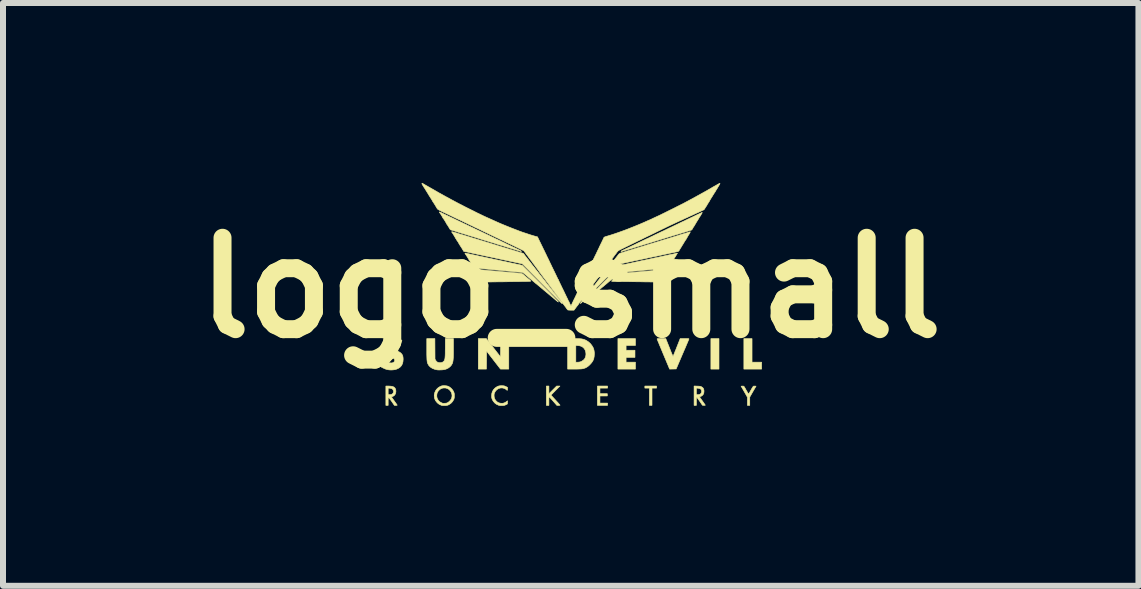
<source format=kicad_pcb>
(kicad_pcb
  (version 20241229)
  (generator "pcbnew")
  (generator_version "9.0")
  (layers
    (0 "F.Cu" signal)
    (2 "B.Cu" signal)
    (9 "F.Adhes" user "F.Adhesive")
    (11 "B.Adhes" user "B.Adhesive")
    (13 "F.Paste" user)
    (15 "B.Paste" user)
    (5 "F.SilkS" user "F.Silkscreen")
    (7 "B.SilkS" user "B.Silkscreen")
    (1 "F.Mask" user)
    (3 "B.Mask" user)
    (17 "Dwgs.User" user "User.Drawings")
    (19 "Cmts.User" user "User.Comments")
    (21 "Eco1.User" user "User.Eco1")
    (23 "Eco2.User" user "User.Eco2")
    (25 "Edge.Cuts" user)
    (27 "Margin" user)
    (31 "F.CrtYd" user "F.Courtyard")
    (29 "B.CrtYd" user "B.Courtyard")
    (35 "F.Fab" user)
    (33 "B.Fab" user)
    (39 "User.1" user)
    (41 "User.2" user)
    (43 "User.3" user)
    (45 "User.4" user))
  (footprint "logo_small"
    (layer "F.Cu")
    (at 6.466 1.749)
    (property "Reference" "logo_small" (at 0 0 0) (layer "F.SilkS") (effects (font (size 1.524 1.524) (thickness 0.3))))
    (attr through_hole)
    (fp_poly (pts (xy 2.472 1.355) (xy 2.337 1.355) (xy 2.337 0.847) (xy 2.472 0.847) (xy 2.472 1.355)) (stroke (width 0.01) (type solid)) (fill yes) (layer "F.SilkS"))
    (fp_poly (pts (xy 3.023 1.24) (xy 3.183 1.24) (xy 3.183 1.355) (xy 2.887 1.355) (xy 2.887 0.847) (xy 3.023 0.847) (xy 3.023 1.24)) (stroke (width 0.01) (type solid)) (fill yes) (layer "F.SilkS"))
    (fp_poly (pts (xy 1.431 1.672) (xy 1.355 1.672) (xy 1.355 1.96) (xy 1.312 1.96) (xy 1.312 1.672) (xy 1.236 1.672) (xy 1.236 1.638) (xy 1.431 1.638) (xy 1.431 1.672)) (stroke (width 0.01) (type solid)) (fill yes) (layer "F.SilkS"))
    (fp_poly (pts (xy 0.614 1.672) (xy 0.487 1.672) (xy 0.487 1.765) (xy 0.61 1.765) (xy 0.61 1.803) (xy 0.487 1.803) (xy 0.487 1.922) (xy 0.614 1.922) (xy 0.614 1.96) (xy 0.445 1.96) (xy 0.445 1.638) (xy 0.614 1.638) (xy 0.614 1.672)) (stroke (width 0.01) (type solid)) (fill yes) (layer "F.SilkS"))
    (fp_poly (pts (xy 1.079 0.961) (xy 0.923 0.961) (xy 0.923 1.041) (xy 1.071 1.041) (xy 1.071 1.16) (xy 0.923 1.16) (xy 0.923 1.24) (xy 1.079 1.24) (xy 1.079 1.355) (xy 0.787 1.355) (xy 0.787 0.847) (xy 1.079 0.847) (xy 1.079 0.961)) (stroke (width 0.01) (type solid)) (fill yes) (layer "F.SilkS"))
    (fp_poly (pts (xy -1.289 0.999) (xy -1.171 1.151) (xy -1.169 0.999) (xy -1.168 0.847) (xy -1.033 0.847) (xy -1.033 1.355) (xy -1.171 1.355) (xy -1.287 1.205) (xy -1.403 1.055) (xy -1.404 1.205) (xy -1.406 1.355) (xy -1.541 1.355) (xy -1.541 0.847) (xy -1.407 0.847) (xy -1.289 0.999)) (stroke (width 0.01) (type solid)) (fill yes) (layer "F.SilkS"))
    (fp_poly (pts (xy -0.364 1.767) (xy -0.235 1.638) (xy -0.18 1.638) (xy -0.255 1.713) (xy -0.329 1.789) (xy -0.254 1.871) (xy -0.234 1.893) (xy -0.215 1.913) (xy -0.2 1.931) (xy -0.188 1.944) (xy -0.181 1.953) (xy -0.178 1.957) (xy -0.182 1.958) (xy -0.192 1.96) (xy -0.204 1.96) (xy -0.231 1.96) (xy -0.294 1.888) (xy -0.313 1.867) (xy -0.329 1.849) (xy -0.343 1.834) (xy -0.354 1.823) (xy -0.36 1.817) (xy -0.361 1.816) (xy -0.362 1.82) (xy -0.363 1.831) (xy -0.364 1.848) (xy -0.364 1.869) (xy -0.364 1.888) (xy -0.364 1.96) (xy -0.406 1.96) (xy -0.406 1.638) (xy -0.364 1.638) (xy -0.364 1.767)) (stroke (width 0.01) (type solid)) (fill yes) (layer "F.SilkS"))
    (fp_poly (pts (xy 2.877 1.639) (xy 2.883 1.64) (xy 2.888 1.644) (xy 2.894 1.651) (xy 2.901 1.663) (xy 2.911 1.679) (xy 2.923 1.702) (xy 2.93 1.713) (xy 2.943 1.736) (xy 2.952 1.752) (xy 2.959 1.762) (xy 2.964 1.767) (xy 2.967 1.769) (xy 2.969 1.767) (xy 2.97 1.767) (xy 2.973 1.76) (xy 2.98 1.748) (xy 2.99 1.732) (xy 3.001 1.712) (xy 3.008 1.7) (xy 3.019 1.68) (xy 3.03 1.663) (xy 3.038 1.65) (xy 3.044 1.641) (xy 3.046 1.64) (xy 3.053 1.639) (xy 3.065 1.639) (xy 3.071 1.639) (xy 3.09 1.64) (xy 3.037 1.731) (xy 2.985 1.822) (xy 2.985 1.891) (xy 2.985 1.96) (xy 2.946 1.96) (xy 2.946 1.824) (xy 2.894 1.732) (xy 2.841 1.64) (xy 2.863 1.639) (xy 2.871 1.639) (xy 2.877 1.639)) (stroke (width 0.01) (type solid)) (fill yes) (layer "F.SilkS"))
    (fp_poly (pts (xy 1.926 0.847) (xy 1.945 0.847) (xy 1.958 0.848) (xy 1.966 0.848) (xy 1.97 0.85) (xy 1.971 0.852) (xy 1.971 0.854) (xy 1.969 0.859) (xy 1.964 0.871) (xy 1.956 0.89) (xy 1.946 0.914) (xy 1.933 0.944) (xy 1.919 0.978) (xy 1.903 1.015) (xy 1.885 1.056) (xy 1.867 1.098) (xy 1.863 1.107) (xy 1.758 1.353) (xy 1.649 1.355) (xy 1.545 1.107) (xy 1.527 1.064) (xy 1.51 1.023) (xy 1.494 0.984) (xy 1.479 0.95) (xy 1.467 0.919) (xy 1.456 0.894) (xy 1.448 0.874) (xy 1.443 0.86) (xy 1.44 0.854) (xy 1.44 0.853) (xy 1.441 0.851) (xy 1.444 0.849) (xy 1.451 0.848) (xy 1.463 0.847) (xy 1.481 0.847) (xy 1.507 0.847) (xy 1.512 0.847) (xy 1.585 0.847) (xy 1.645 0.997) (xy 1.658 1.03) (xy 1.67 1.061) (xy 1.681 1.088) (xy 1.691 1.111) (xy 1.698 1.128) (xy 1.704 1.139) (xy 1.706 1.144) (xy 1.706 1.144) (xy 1.708 1.139) (xy 1.713 1.128) (xy 1.72 1.11) (xy 1.73 1.088) (xy 1.74 1.06) (xy 1.753 1.03) (xy 1.766 0.997) (xy 1.767 0.994) (xy 1.825 0.847) (xy 1.899 0.847) (xy 1.926 0.847)) (stroke (width 0.01) (type solid)) (fill yes) (layer "F.SilkS"))
    (fp_poly (pts (xy 2.109 1.639) (xy 2.132 1.64) (xy 2.149 1.641) (xy 2.161 1.643) (xy 2.171 1.646) (xy 2.181 1.651) (xy 2.182 1.651) (xy 2.202 1.665) (xy 2.215 1.684) (xy 2.221 1.708) (xy 2.222 1.725) (xy 2.219 1.754) (xy 2.209 1.778) (xy 2.193 1.796) (xy 2.17 1.81) (xy 2.166 1.811) (xy 2.147 1.818) (xy 2.195 1.886) (xy 2.21 1.907) (xy 2.223 1.926) (xy 2.234 1.941) (xy 2.241 1.952) (xy 2.244 1.957) (xy 2.244 1.957) (xy 2.24 1.959) (xy 2.23 1.959) (xy 2.22 1.959) (xy 2.196 1.958) (xy 2.149 1.889) (xy 2.134 1.868) (xy 2.121 1.85) (xy 2.11 1.835) (xy 2.103 1.825) (xy 2.099 1.821) (xy 2.099 1.82) (xy 2.098 1.824) (xy 2.097 1.835) (xy 2.096 1.852) (xy 2.096 1.873) (xy 2.095 1.89) (xy 2.095 1.96) (xy 2.057 1.96) (xy 2.057 1.782) (xy 2.095 1.782) (xy 2.118 1.782) (xy 2.135 1.781) (xy 2.151 1.776) (xy 2.155 1.775) (xy 2.17 1.763) (xy 2.18 1.746) (xy 2.183 1.726) (xy 2.182 1.722) (xy 2.178 1.703) (xy 2.17 1.691) (xy 2.156 1.682) (xy 2.137 1.676) (xy 2.121 1.674) (xy 2.095 1.671) (xy 2.095 1.782) (xy 2.057 1.782) (xy 2.057 1.637) (xy 2.109 1.639)) (stroke (width 0.01) (type solid)) (fill yes) (layer "F.SilkS"))
    (fp_poly (pts (xy 0.056 0.847) (xy 0.096 0.847) (xy 0.129 0.848) (xy 0.157 0.849) (xy 0.179 0.851) (xy 0.199 0.855) (xy 0.216 0.859) (xy 0.233 0.865) (xy 0.25 0.873) (xy 0.257 0.876) (xy 0.293 0.899) (xy 0.326 0.928) (xy 0.353 0.962) (xy 0.375 0.999) (xy 0.387 1.035) (xy 0.39 1.052) (xy 0.393 1.074) (xy 0.394 1.097) (xy 0.394 1.102) (xy 0.391 1.145) (xy 0.384 1.182) (xy 0.37 1.216) (xy 0.349 1.248) (xy 0.321 1.279) (xy 0.32 1.281) (xy 0.292 1.306) (xy 0.266 1.324) (xy 0.258 1.328) (xy 0.243 1.336) (xy 0.228 1.341) (xy 0.214 1.346) (xy 0.199 1.349) (xy 0.181 1.352) (xy 0.159 1.353) (xy 0.132 1.354) (xy 0.099 1.355) (xy 0.065 1.355) (xy -0.051 1.355) (xy -0.051 1.241) (xy 0.085 1.241) (xy 0.121 1.24) (xy 0.141 1.238) (xy 0.157 1.235) (xy 0.171 1.23) (xy 0.185 1.223) (xy 0.212 1.205) (xy 0.233 1.182) (xy 0.246 1.155) (xy 0.253 1.122) (xy 0.254 1.103) (xy 0.25 1.068) (xy 0.24 1.037) (xy 0.223 1.01) (xy 0.2 0.989) (xy 0.196 0.986) (xy 0.18 0.977) (xy 0.164 0.971) (xy 0.145 0.966) (xy 0.121 0.963) (xy 0.115 0.963) (xy 0.085 0.96) (xy 0.085 1.241) (xy -0.051 1.241) (xy -0.051 0.847) (xy 0.056 0.847)) (stroke (width 0.01) (type solid)) (fill yes) (layer "F.SilkS"))
    (fp_poly (pts (xy -2.264 1.017) (xy -2.263 1.188) (xy -2.252 1.208) (xy -2.238 1.228) (xy -2.219 1.241) (xy -2.195 1.248) (xy -2.178 1.249) (xy -2.158 1.247) (xy -2.142 1.242) (xy -2.136 1.239) (xy -2.126 1.233) (xy -2.118 1.226) (xy -2.111 1.217) (xy -2.105 1.207) (xy -2.101 1.193) (xy -2.097 1.176) (xy -2.095 1.154) (xy -2.093 1.126) (xy -2.092 1.093) (xy -2.092 1.053) (xy -2.091 1.005) (xy -2.091 0.998) (xy -2.091 0.847) (xy -1.956 0.847) (xy -1.956 1.004) (xy -1.956 1.055) (xy -1.956 1.099) (xy -1.957 1.135) (xy -1.958 1.166) (xy -1.96 1.191) (xy -1.962 1.212) (xy -1.965 1.229) (xy -1.968 1.244) (xy -1.972 1.257) (xy -1.973 1.259) (xy -1.988 1.287) (xy -2.009 1.312) (xy -2.036 1.334) (xy -2.068 1.351) (xy -2.097 1.361) (xy -2.118 1.365) (xy -2.144 1.368) (xy -2.172 1.369) (xy -2.199 1.37) (xy -2.222 1.368) (xy -2.227 1.368) (xy -2.269 1.358) (xy -2.307 1.343) (xy -2.338 1.323) (xy -2.364 1.298) (xy -2.382 1.268) (xy -2.383 1.265) (xy -2.387 1.255) (xy -2.391 1.244) (xy -2.393 1.231) (xy -2.395 1.216) (xy -2.397 1.197) (xy -2.398 1.173) (xy -2.399 1.145) (xy -2.4 1.111) (xy -2.4 1.069) (xy -2.4 1.021) (xy -2.4 1.019) (xy -2.4 0.847) (xy -2.265 0.847) (xy -2.264 1.017)) (stroke (width 0.01) (type solid)) (fill yes) (layer "F.SilkS"))
    (fp_poly (pts (xy -3 1.64) (xy -2.971 1.645) (xy -2.949 1.654) (xy -2.933 1.668) (xy -2.922 1.685) (xy -2.917 1.702) (xy -2.915 1.73) (xy -2.919 1.756) (xy -2.929 1.779) (xy -2.945 1.798) (xy -2.966 1.81) (xy -2.977 1.814) (xy -2.985 1.817) (xy -2.989 1.819) (xy -2.986 1.823) (xy -2.98 1.833) (xy -2.97 1.847) (xy -2.957 1.865) (xy -2.943 1.885) (xy -2.943 1.885) (xy -2.928 1.906) (xy -2.915 1.924) (xy -2.905 1.939) (xy -2.897 1.95) (xy -2.894 1.955) (xy -2.894 1.958) (xy -2.901 1.959) (xy -2.914 1.96) (xy -2.916 1.96) (xy -2.94 1.96) (xy -2.988 1.89) (xy -3.003 1.869) (xy -3.017 1.85) (xy -3.028 1.835) (xy -3.036 1.825) (xy -3.04 1.82) (xy -3.04 1.82) (xy -3.041 1.824) (xy -3.042 1.835) (xy -3.043 1.852) (xy -3.044 1.873) (xy -3.044 1.89) (xy -3.044 1.96) (xy -3.082 1.96) (xy -3.082 1.782) (xy -3.044 1.782) (xy -3.023 1.782) (xy -3.006 1.781) (xy -2.989 1.777) (xy -2.984 1.775) (xy -2.969 1.765) (xy -2.959 1.751) (xy -2.954 1.734) (xy -2.956 1.717) (xy -2.963 1.7) (xy -2.974 1.687) (xy -2.991 1.678) (xy -2.993 1.678) (xy -3.009 1.675) (xy -3.025 1.673) (xy -3.028 1.673) (xy -3.044 1.672) (xy -3.044 1.782) (xy -3.082 1.782) (xy -3.082 1.638) (xy -3.035 1.638) (xy -3 1.64)) (stroke (width 0.01) (type solid)) (fill yes) (layer "F.SilkS"))
    (fp_poly (pts (xy -1.129 1.633) (xy -1.115 1.634) (xy -1.103 1.637) (xy -1.09 1.643) (xy -1.082 1.646) (xy -1.054 1.66) (xy -1.054 1.685) (xy -1.055 1.701) (xy -1.057 1.708) (xy -1.061 1.709) (xy -1.068 1.703) (xy -1.069 1.701) (xy -1.084 1.69) (xy -1.104 1.679) (xy -1.127 1.672) (xy -1.145 1.669) (xy -1.175 1.671) (xy -1.204 1.68) (xy -1.23 1.697) (xy -1.252 1.719) (xy -1.268 1.746) (xy -1.269 1.747) (xy -1.274 1.761) (xy -1.277 1.773) (xy -1.278 1.787) (xy -1.278 1.803) (xy -1.275 1.829) (xy -1.268 1.85) (xy -1.257 1.869) (xy -1.246 1.883) (xy -1.224 1.904) (xy -1.201 1.917) (xy -1.173 1.924) (xy -1.162 1.925) (xy -1.133 1.925) (xy -1.109 1.919) (xy -1.085 1.907) (xy -1.073 1.898) (xy -1.054 1.884) (xy -1.055 1.91) (xy -1.056 1.937) (xy -1.081 1.949) (xy -1.095 1.956) (xy -1.107 1.96) (xy -1.122 1.962) (xy -1.141 1.963) (xy -1.144 1.963) (xy -1.169 1.963) (xy -1.189 1.961) (xy -1.2 1.959) (xy -1.236 1.943) (xy -1.267 1.92) (xy -1.291 1.892) (xy -1.306 1.867) (xy -1.312 1.852) (xy -1.316 1.839) (xy -1.318 1.826) (xy -1.319 1.808) (xy -1.319 1.801) (xy -1.316 1.763) (xy -1.306 1.73) (xy -1.289 1.7) (xy -1.265 1.674) (xy -1.251 1.663) (xy -1.228 1.648) (xy -1.205 1.638) (xy -1.179 1.633) (xy -1.149 1.632) (xy -1.129 1.633)) (stroke (width 0.01) (type solid)) (fill yes) (layer "F.SilkS"))
    (fp_poly (pts (xy -1.574 -0.308) (xy -1.563 -0.306) (xy -1.545 -0.305) (xy -1.524 -0.303) (xy -1.501 -0.301) (xy -1.499 -0.301) (xy -1.473 -0.299) (xy -1.446 -0.296) (xy -1.422 -0.294) (xy -1.403 -0.292) (xy -1.383 -0.29) (xy -1.358 -0.287) (xy -1.331 -0.285) (xy -1.312 -0.284) (xy -1.277 -0.281) (xy -1.234 -0.277) (xy -1.185 -0.273) (xy -1.131 -0.268) (xy -1.073 -0.263) (xy -1.046 -0.261) (xy -1.016 -0.258) (xy -0.982 -0.255) (xy -0.946 -0.252) (xy -0.912 -0.249) (xy -0.899 -0.248) (xy -0.873 -0.245) (xy -0.851 -0.243) (xy -0.832 -0.241) (xy -0.819 -0.239) (xy -0.813 -0.238) (xy -0.81 -0.236) (xy -0.805 -0.233) (xy -0.798 -0.228) (xy -0.787 -0.219) (xy -0.773 -0.207) (xy -0.754 -0.191) (xy -0.741 -0.18) (xy -0.728 -0.169) (xy -0.712 -0.155) (xy -0.695 -0.141) (xy -0.693 -0.14) (xy -0.68 -0.129) (xy -0.67 -0.119) (xy -0.665 -0.113) (xy -0.665 -0.112) (xy -0.668 -0.111) (xy -0.678 -0.109) (xy -0.695 -0.108) (xy -0.719 -0.107) (xy -0.75 -0.106) (xy -0.789 -0.106) (xy -0.837 -0.105) (xy -0.863 -0.104) (xy -0.912 -0.104) (xy -0.968 -0.103) (xy -1.028 -0.102) (xy -1.089 -0.101) (xy -1.15 -0.1) (xy -1.207 -0.1) (xy -1.258 -0.099) (xy -1.262 -0.099) (xy -1.463 -0.096) (xy -1.471 -0.106) (xy -1.476 -0.114) (xy -1.485 -0.128) (xy -1.494 -0.143) (xy -1.498 -0.148) (xy -1.507 -0.163) (xy -1.515 -0.174) (xy -1.52 -0.18) (xy -1.521 -0.181) (xy -1.524 -0.186) (xy -1.524 -0.187) (xy -1.526 -0.192) (xy -1.532 -0.202) (xy -1.541 -0.217) (xy -1.552 -0.235) (xy -1.558 -0.245) (xy -1.57 -0.265) (xy -1.58 -0.282) (xy -1.587 -0.295) (xy -1.591 -0.303) (xy -1.592 -0.305) (xy -1.589 -0.308) (xy -1.579 -0.308) (xy -1.574 -0.308)) (stroke (width 0.01) (type solid)) (fill yes) (layer "F.SilkS"))
    (fp_poly (pts (xy -2.085 1.633) (xy -2.068 1.635) (xy -2.052 1.639) (xy -2.043 1.642) (xy -2.017 1.656) (xy -1.992 1.677) (xy -1.97 1.702) (xy -1.955 1.726) (xy -1.949 1.74) (xy -1.945 1.751) (xy -1.942 1.762) (xy -1.941 1.776) (xy -1.941 1.795) (xy -1.941 1.799) (xy -1.941 1.82) (xy -1.942 1.835) (xy -1.945 1.847) (xy -1.948 1.858) (xy -1.954 1.869) (xy -1.971 1.897) (xy -1.994 1.922) (xy -2.021 1.942) (xy -2.034 1.949) (xy -2.048 1.956) (xy -2.061 1.959) (xy -2.077 1.962) (xy -2.097 1.963) (xy -2.1 1.963) (xy -2.127 1.963) (xy -2.149 1.961) (xy -2.158 1.958) (xy -2.192 1.943) (xy -2.222 1.92) (xy -2.232 1.909) (xy -2.254 1.881) (xy -2.268 1.85) (xy -2.275 1.817) (xy -2.275 1.79) (xy -2.234 1.79) (xy -2.232 1.822) (xy -2.223 1.852) (xy -2.206 1.879) (xy -2.183 1.901) (xy -2.162 1.913) (xy -2.148 1.92) (xy -2.137 1.924) (xy -2.125 1.926) (xy -2.11 1.926) (xy -2.101 1.925) (xy -2.081 1.924) (xy -2.067 1.921) (xy -2.054 1.916) (xy -2.048 1.912) (xy -2.025 1.895) (xy -2.004 1.872) (xy -1.989 1.848) (xy -1.988 1.846) (xy -1.981 1.82) (xy -1.979 1.792) (xy -1.984 1.763) (xy -1.991 1.743) (xy -2.009 1.715) (xy -2.032 1.693) (xy -2.059 1.678) (xy -2.089 1.67) (xy -2.121 1.67) (xy -2.144 1.674) (xy -2.167 1.684) (xy -2.189 1.7) (xy -2.208 1.72) (xy -2.222 1.742) (xy -2.228 1.757) (xy -2.234 1.79) (xy -2.275 1.79) (xy -2.275 1.783) (xy -2.268 1.75) (xy -2.255 1.719) (xy -2.236 1.691) (xy -2.211 1.667) (xy -2.18 1.647) (xy -2.177 1.646) (xy -2.162 1.639) (xy -2.15 1.635) (xy -2.138 1.633) (xy -2.121 1.632) (xy -2.108 1.632) (xy -2.085 1.633)) (stroke (width 0.01) (type solid)) (fill yes) (layer "F.SilkS"))
    (fp_poly (pts (xy 1.61 -0.308) (xy 1.611 -0.308) (xy 1.61 -0.304) (xy 1.605 -0.294) (xy 1.597 -0.28) (xy 1.587 -0.263) (xy 1.586 -0.261) (xy 1.575 -0.244) (xy 1.566 -0.229) (xy 1.56 -0.218) (xy 1.558 -0.212) (xy 1.558 -0.212) (xy 1.555 -0.208) (xy 1.554 -0.207) (xy 1.55 -0.204) (xy 1.549 -0.203) (xy 1.547 -0.197) (xy 1.541 -0.187) (xy 1.537 -0.181) (xy 1.529 -0.169) (xy 1.519 -0.152) (xy 1.508 -0.135) (xy 1.505 -0.13) (xy 1.485 -0.097) (xy 1.362 -0.098) (xy 1.328 -0.098) (xy 1.288 -0.099) (xy 1.243 -0.099) (xy 1.196 -0.1) (xy 1.148 -0.101) (xy 1.101 -0.101) (xy 1.065 -0.102) (xy 1.022 -0.102) (xy 0.977 -0.103) (xy 0.932 -0.104) (xy 0.888 -0.104) (xy 0.848 -0.105) (xy 0.813 -0.105) (xy 0.786 -0.105) (xy 0.753 -0.105) (xy 0.728 -0.106) (xy 0.709 -0.106) (xy 0.696 -0.107) (xy 0.688 -0.108) (xy 0.683 -0.11) (xy 0.682 -0.112) (xy 0.682 -0.112) (xy 0.684 -0.118) (xy 0.685 -0.119) (xy 0.69 -0.121) (xy 0.7 -0.129) (xy 0.714 -0.14) (xy 0.732 -0.155) (xy 0.753 -0.172) (xy 0.775 -0.191) (xy 0.798 -0.211) (xy 0.805 -0.217) (xy 0.818 -0.227) (xy 0.828 -0.235) (xy 0.834 -0.238) (xy 0.841 -0.239) (xy 0.855 -0.241) (xy 0.874 -0.243) (xy 0.897 -0.246) (xy 0.918 -0.247) (xy 0.95 -0.25) (xy 0.985 -0.253) (xy 1.022 -0.257) (xy 1.055 -0.259) (xy 1.065 -0.26) (xy 1.134 -0.267) (xy 1.196 -0.272) (xy 1.251 -0.277) (xy 1.298 -0.281) (xy 1.336 -0.284) (xy 1.36 -0.286) (xy 1.386 -0.288) (xy 1.409 -0.29) (xy 1.425 -0.292) (xy 1.446 -0.294) (xy 1.471 -0.296) (xy 1.494 -0.298) (xy 1.496 -0.298) (xy 1.52 -0.3) (xy 1.546 -0.303) (xy 1.57 -0.305) (xy 1.572 -0.305) (xy 1.589 -0.307) (xy 1.602 -0.308) (xy 1.61 -0.308)) (stroke (width 0.01) (type solid)) (fill yes) (layer "F.SilkS"))
    (fp_poly (pts (xy -2.941 0.837) (xy -2.915 0.84) (xy -2.893 0.844) (xy -2.872 0.851) (xy -2.852 0.858) (xy -2.835 0.865) (xy -2.822 0.872) (xy -2.816 0.877) (xy -2.815 0.879) (xy -2.817 0.884) (xy -2.822 0.896) (xy -2.83 0.912) (xy -2.839 0.93) (xy -2.841 0.933) (xy -2.867 0.983) (xy -2.878 0.975) (xy -2.906 0.96) (xy -2.933 0.951) (xy -2.958 0.949) (xy -2.98 0.953) (xy -2.994 0.962) (xy -3.003 0.972) (xy -3.008 0.983) (xy -3.008 0.983) (xy -3.009 0.992) (xy -3.005 1) (xy -2.997 1.009) (xy -2.988 1.016) (xy -2.976 1.023) (xy -2.959 1.03) (xy -2.937 1.038) (xy -2.934 1.039) (xy -2.901 1.05) (xy -2.875 1.061) (xy -2.854 1.072) (xy -2.837 1.084) (xy -2.825 1.095) (xy -2.811 1.113) (xy -2.801 1.133) (xy -2.796 1.159) (xy -2.794 1.189) (xy -2.797 1.231) (xy -2.806 1.266) (xy -2.822 1.297) (xy -2.844 1.322) (xy -2.873 1.342) (xy -2.909 1.358) (xy -2.911 1.358) (xy -2.933 1.364) (xy -2.961 1.368) (xy -2.991 1.37) (xy -3.019 1.369) (xy -3.036 1.367) (xy -3.053 1.364) (xy -3.074 1.359) (xy -3.087 1.355) (xy -3.102 1.349) (xy -3.119 1.341) (xy -3.136 1.333) (xy -3.152 1.325) (xy -3.163 1.317) (xy -3.168 1.313) (xy -3.167 1.308) (xy -3.163 1.298) (xy -3.156 1.284) (xy -3.148 1.267) (xy -3.139 1.249) (xy -3.13 1.232) (xy -3.122 1.218) (xy -3.116 1.207) (xy -3.113 1.203) (xy -3.11 1.205) (xy -3.101 1.21) (xy -3.092 1.216) (xy -3.066 1.233) (xy -3.044 1.244) (xy -3.022 1.25) (xy -3.005 1.252) (xy -2.986 1.253) (xy -2.971 1.25) (xy -2.962 1.247) (xy -2.946 1.236) (xy -2.937 1.222) (xy -2.934 1.206) (xy -2.939 1.191) (xy -2.944 1.184) (xy -2.952 1.177) (xy -2.961 1.17) (xy -2.973 1.164) (xy -2.99 1.158) (xy -3.014 1.15) (xy -3.023 1.147) (xy -3.057 1.136) (xy -3.084 1.124) (xy -3.105 1.112) (xy -3.121 1.098) (xy -3.134 1.081) (xy -3.138 1.074) (xy -3.142 1.065) (xy -3.145 1.055) (xy -3.147 1.043) (xy -3.147 1.026) (xy -3.147 1.008) (xy -3.147 0.984) (xy -3.146 0.967) (xy -3.144 0.954) (xy -3.14 0.942) (xy -3.138 0.935) (xy -3.121 0.904) (xy -3.097 0.878) (xy -3.067 0.857) (xy -3.057 0.852) (xy -3.044 0.845) (xy -3.033 0.841) (xy -3.022 0.838) (xy -3.011 0.837) (xy -2.995 0.836) (xy -2.974 0.836) (xy -2.941 0.837)) (stroke (width 0.01) (type solid)) (fill yes) (layer "F.SilkS"))
    (fp_poly (pts (xy -2.183 -1.264) (xy -2.172 -1.259) (xy -2.156 -1.252) (xy -2.136 -1.242) (xy -2.113 -1.231) (xy -2.105 -1.227) (xy -2.079 -1.214) (xy -2.052 -1.202) (xy -2.028 -1.19) (xy -2.007 -1.18) (xy -1.992 -1.173) (xy -1.992 -1.173) (xy -1.975 -1.165) (xy -1.953 -1.154) (xy -1.929 -1.143) (xy -1.905 -1.131) (xy -1.901 -1.129) (xy -1.872 -1.115) (xy -1.844 -1.102) (xy -1.814 -1.088) (xy -1.782 -1.072) (xy -1.744 -1.055) (xy -1.717 -1.041) (xy -1.695 -1.031) (xy -1.67 -1.019) (xy -1.643 -1.006) (xy -1.623 -0.997) (xy -1.581 -0.976) (xy -1.534 -0.954) (xy -1.486 -0.931) (xy -1.441 -0.91) (xy -1.429 -0.904) (xy -1.41 -0.895) (xy -1.386 -0.884) (xy -1.361 -0.872) (xy -1.337 -0.86) (xy -1.336 -0.859) (xy -1.312 -0.848) (xy -1.286 -0.836) (xy -1.263 -0.824) (xy -1.243 -0.815) (xy -1.242 -0.815) (xy -1.223 -0.806) (xy -1.2 -0.795) (xy -1.174 -0.783) (xy -1.151 -0.771) (xy -1.106 -0.75) (xy -1.068 -0.731) (xy -1.036 -0.716) (xy -1.009 -0.703) (xy -0.987 -0.692) (xy -0.968 -0.683) (xy -0.952 -0.676) (xy -0.944 -0.672) (xy -0.907 -0.655) (xy -0.878 -0.641) (xy -0.855 -0.63) (xy -0.839 -0.621) (xy -0.828 -0.615) (xy -0.822 -0.611) (xy -0.821 -0.609) (xy -0.825 -0.606) (xy -0.834 -0.607) (xy -0.84 -0.609) (xy -0.848 -0.612) (xy -0.862 -0.617) (xy -0.878 -0.622) (xy -0.881 -0.622) (xy -0.899 -0.628) (xy -0.916 -0.633) (xy -0.929 -0.637) (xy -0.929 -0.637) (xy -0.943 -0.641) (xy -0.96 -0.647) (xy -0.972 -0.65) (xy -0.989 -0.655) (xy -1.01 -0.662) (xy -1.027 -0.667) (xy -1.044 -0.672) (xy -1.066 -0.679) (xy -1.089 -0.686) (xy -1.101 -0.69) (xy -1.129 -0.699) (xy -1.159 -0.708) (xy -1.188 -0.716) (xy -1.214 -0.724) (xy -1.237 -0.731) (xy -1.254 -0.737) (xy -1.259 -0.739) (xy -1.272 -0.743) (xy -1.289 -0.748) (xy -1.307 -0.753) (xy -1.308 -0.754) (xy -1.327 -0.759) (xy -1.347 -0.765) (xy -1.363 -0.77) (xy -1.381 -0.776) (xy -1.401 -0.782) (xy -1.412 -0.785) (xy -1.438 -0.793) (xy -1.466 -0.802) (xy -1.493 -0.81) (xy -1.509 -0.815) (xy -1.521 -0.819) (xy -1.54 -0.825) (xy -1.565 -0.833) (xy -1.594 -0.842) (xy -1.627 -0.852) (xy -1.662 -0.862) (xy -1.687 -0.87) (xy -1.707 -0.876) (xy -1.726 -0.882) (xy -1.74 -0.886) (xy -1.748 -0.889) (xy -1.748 -0.889) (xy -1.758 -0.892) (xy -1.772 -0.896) (xy -1.789 -0.901) (xy -1.791 -0.902) (xy -1.809 -0.907) (xy -1.826 -0.912) (xy -1.839 -0.916) (xy -1.839 -0.917) (xy -1.854 -0.921) (xy -1.874 -0.927) (xy -1.896 -0.934) (xy -1.92 -0.942) (xy -1.942 -0.949) (xy -1.962 -0.955) (xy -1.977 -0.959) (xy -1.983 -0.961) (xy -1.994 -0.964) (xy -2.002 -0.967) (xy -2.009 -0.973) (xy -2.016 -0.982) (xy -2.025 -0.997) (xy -2.027 -1.001) (xy -2.039 -1.02) (xy -2.047 -1.033) (xy -2.052 -1.042) (xy -2.055 -1.047) (xy -2.058 -1.05) (xy -2.061 -1.053) (xy -2.061 -1.054) (xy -2.067 -1.062) (xy -2.073 -1.073) (xy -2.079 -1.085) (xy -2.088 -1.1) (xy -2.098 -1.117) (xy -2.108 -1.133) (xy -2.118 -1.148) (xy -2.126 -1.158) (xy -2.13 -1.163) (xy -2.13 -1.163) (xy -2.134 -1.168) (xy -2.134 -1.169) (xy -2.136 -1.175) (xy -2.141 -1.185) (xy -2.15 -1.199) (xy -2.159 -1.214) (xy -2.168 -1.229) (xy -2.177 -1.241) (xy -2.183 -1.25) (xy -2.185 -1.252) (xy -2.188 -1.256) (xy -2.189 -1.263) (xy -2.187 -1.266) (xy -2.187 -1.266) (xy -2.183 -1.264)) (stroke (width 0.01) (type solid)) (fill yes) (layer "F.SilkS"))
    (fp_poly (pts (xy 2.193 -1.254) (xy 2.19 -1.247) (xy 2.183 -1.236) (xy 2.183 -1.235) (xy 2.175 -1.223) (xy 2.17 -1.213) (xy 2.17 -1.212) (xy 2.166 -1.204) (xy 2.163 -1.202) (xy 2.159 -1.199) (xy 2.159 -1.196) (xy 2.157 -1.19) (xy 2.156 -1.19) (xy 2.152 -1.186) (xy 2.146 -1.177) (xy 2.14 -1.167) (xy 2.132 -1.152) (xy 2.121 -1.134) (xy 2.11 -1.117) (xy 2.109 -1.115) (xy 2.098 -1.098) (xy 2.087 -1.079) (xy 2.078 -1.063) (xy 2.077 -1.063) (xy 2.068 -1.046) (xy 2.056 -1.027) (xy 2.048 -1.015) (xy 2.039 -1.002) (xy 2.033 -0.99) (xy 2.029 -0.983) (xy 2.023 -0.973) (xy 2.015 -0.965) (xy 2.008 -0.961) (xy 2.008 -0.961) (xy 2.002 -0.96) (xy 1.99 -0.956) (xy 1.974 -0.951) (xy 1.954 -0.945) (xy 1.949 -0.944) (xy 1.927 -0.937) (xy 1.906 -0.93) (xy 1.888 -0.925) (xy 1.876 -0.921) (xy 1.875 -0.921) (xy 1.859 -0.916) (xy 1.841 -0.911) (xy 1.834 -0.908) (xy 1.787 -0.894) (xy 1.749 -0.883) (xy 1.738 -0.879) (xy 1.719 -0.874) (xy 1.694 -0.866) (xy 1.665 -0.857) (xy 1.631 -0.847) (xy 1.596 -0.836) (xy 1.558 -0.824) (xy 1.543 -0.819) (xy 1.518 -0.812) (xy 1.49 -0.803) (xy 1.463 -0.795) (xy 1.452 -0.791) (xy 1.428 -0.784) (xy 1.401 -0.776) (xy 1.377 -0.768) (xy 1.367 -0.765) (xy 1.348 -0.759) (xy 1.331 -0.754) (xy 1.317 -0.75) (xy 1.312 -0.748) (xy 1.298 -0.744) (xy 1.282 -0.739) (xy 1.281 -0.739) (xy 1.266 -0.734) (xy 1.249 -0.729) (xy 1.242 -0.727) (xy 1.227 -0.722) (xy 1.204 -0.715) (xy 1.175 -0.706) (xy 1.142 -0.696) (xy 1.105 -0.685) (xy 1.066 -0.673) (xy 1.065 -0.672) (xy 1.042 -0.665) (xy 1.021 -0.659) (xy 1.002 -0.653) (xy 0.989 -0.649) (xy 0.988 -0.649) (xy 0.972 -0.644) (xy 0.956 -0.639) (xy 0.95 -0.637) (xy 0.938 -0.633) (xy 0.921 -0.628) (xy 0.902 -0.623) (xy 0.902 -0.622) (xy 0.885 -0.617) (xy 0.871 -0.613) (xy 0.861 -0.61) (xy 0.86 -0.609) (xy 0.849 -0.606) (xy 0.841 -0.606) (xy 0.838 -0.609) (xy 0.842 -0.612) (xy 0.851 -0.618) (xy 0.865 -0.625) (xy 0.875 -0.63) (xy 0.889 -0.636) (xy 0.905 -0.644) (xy 0.924 -0.653) (xy 0.948 -0.664) (xy 0.976 -0.677) (xy 1.009 -0.693) (xy 1.049 -0.712) (xy 1.082 -0.728) (xy 1.098 -0.736) (xy 1.12 -0.747) (xy 1.146 -0.759) (xy 1.172 -0.772) (xy 1.193 -0.782) (xy 1.216 -0.793) (xy 1.236 -0.802) (xy 1.252 -0.81) (xy 1.263 -0.815) (xy 1.268 -0.817) (xy 1.268 -0.817) (xy 1.272 -0.819) (xy 1.283 -0.824) (xy 1.299 -0.831) (xy 1.319 -0.841) (xy 1.343 -0.853) (xy 1.361 -0.861) (xy 1.387 -0.874) (xy 1.409 -0.885) (xy 1.429 -0.894) (xy 1.443 -0.901) (xy 1.452 -0.905) (xy 1.454 -0.906) (xy 1.458 -0.908) (xy 1.468 -0.913) (xy 1.484 -0.92) (xy 1.504 -0.93) (xy 1.527 -0.941) (xy 1.533 -0.943) (xy 1.56 -0.956) (xy 1.587 -0.969) (xy 1.612 -0.981) (xy 1.634 -0.992) (xy 1.649 -0.999) (xy 1.664 -1.006) (xy 1.685 -1.016) (xy 1.712 -1.029) (xy 1.743 -1.044) (xy 1.777 -1.06) (xy 1.814 -1.078) (xy 1.851 -1.096) (xy 1.889 -1.113) (xy 1.925 -1.131) (xy 1.926 -1.131) (xy 1.943 -1.14) (xy 1.965 -1.15) (xy 1.99 -1.162) (xy 2.015 -1.174) (xy 2.024 -1.178) (xy 2.065 -1.198) (xy 2.102 -1.216) (xy 2.133 -1.23) (xy 2.157 -1.242) (xy 2.176 -1.25) (xy 2.187 -1.256) (xy 2.191 -1.257) (xy 2.193 -1.254)) (stroke (width 0.01) (type solid)) (fill yes) (layer "F.SilkS"))
    (fp_poly (pts (xy -1.748 -0.577) (xy -1.732 -0.574) (xy -1.72 -0.572) (xy -1.685 -0.564) (xy -1.655 -0.557) (xy -1.628 -0.551) (xy -1.601 -0.546) (xy -1.594 -0.544) (xy -1.577 -0.541) (xy -1.562 -0.538) (xy -1.553 -0.535) (xy -1.552 -0.535) (xy -1.539 -0.532) (xy -1.521 -0.528) (xy -1.498 -0.523) (xy -1.473 -0.518) (xy -1.449 -0.513) (xy -1.427 -0.508) (xy -1.409 -0.504) (xy -1.399 -0.502) (xy -1.367 -0.495) (xy -1.343 -0.49) (xy -1.323 -0.486) (xy -1.308 -0.482) (xy -1.295 -0.48) (xy -1.284 -0.477) (xy -1.278 -0.476) (xy -1.26 -0.472) (xy -1.238 -0.467) (xy -1.218 -0.464) (xy -1.202 -0.46) (xy -1.189 -0.458) (xy -1.182 -0.456) (xy -1.181 -0.455) (xy -1.176 -0.454) (xy -1.165 -0.451) (xy -1.155 -0.449) (xy -1.141 -0.447) (xy -1.12 -0.442) (xy -1.093 -0.437) (xy -1.063 -0.43) (xy -1.031 -0.423) (xy -1.014 -0.419) (xy -1.001 -0.416) (xy -0.984 -0.413) (xy -0.965 -0.409) (xy -0.963 -0.408) (xy -0.941 -0.404) (xy -0.916 -0.398) (xy -0.895 -0.394) (xy -0.875 -0.389) (xy -0.853 -0.385) (xy -0.836 -0.381) (xy -0.835 -0.381) (xy -0.809 -0.375) (xy -0.506 -0.072) (xy -0.464 -0.03) (xy -0.423 0.011) (xy -0.385 0.049) (xy -0.349 0.085) (xy -0.317 0.119) (xy -0.287 0.148) (xy -0.262 0.175) (xy -0.24 0.197) (xy -0.224 0.214) (xy -0.212 0.227) (xy -0.205 0.235) (xy -0.204 0.236) (xy -0.207 0.236) (xy -0.216 0.231) (xy -0.227 0.223) (xy -0.229 0.221) (xy -0.245 0.208) (xy -0.261 0.194) (xy -0.273 0.184) (xy -0.3 0.161) (xy -0.323 0.143) (xy -0.343 0.126) (xy -0.362 0.11) (xy -0.382 0.093) (xy -0.39 0.086) (xy -0.405 0.074) (xy -0.421 0.06) (xy -0.43 0.053) (xy -0.445 0.041) (xy -0.46 0.028) (xy -0.468 0.021) (xy -0.481 0.01) (xy -0.497 -0.003) (xy -0.506 -0.011) (xy -0.521 -0.023) (xy -0.536 -0.036) (xy -0.544 -0.042) (xy -0.554 -0.051) (xy -0.569 -0.063) (xy -0.587 -0.077) (xy -0.605 -0.092) (xy -0.605 -0.093) (xy -0.626 -0.11) (xy -0.648 -0.129) (xy -0.669 -0.146) (xy -0.684 -0.159) (xy -0.702 -0.174) (xy -0.724 -0.193) (xy -0.746 -0.211) (xy -0.759 -0.222) (xy -0.8 -0.256) (xy -0.854 -0.261) (xy -0.878 -0.263) (xy -0.907 -0.266) (xy -0.938 -0.268) (xy -0.969 -0.271) (xy -0.982 -0.272) (xy -1.008 -0.275) (xy -1.031 -0.277) (xy -1.052 -0.279) (xy -1.067 -0.281) (xy -1.073 -0.281) (xy -1.084 -0.283) (xy -1.101 -0.284) (xy -1.122 -0.286) (xy -1.141 -0.288) (xy -1.157 -0.289) (xy -1.174 -0.291) (xy -1.192 -0.292) (xy -1.213 -0.294) (xy -1.237 -0.296) (xy -1.266 -0.299) (xy -1.301 -0.302) (xy -1.342 -0.306) (xy -1.39 -0.311) (xy -1.393 -0.311) (xy -1.423 -0.314) (xy -1.458 -0.317) (xy -1.492 -0.321) (xy -1.523 -0.323) (xy -1.529 -0.324) (xy -1.552 -0.326) (xy -1.573 -0.328) (xy -1.591 -0.33) (xy -1.602 -0.332) (xy -1.605 -0.332) (xy -1.613 -0.337) (xy -1.623 -0.348) (xy -1.634 -0.365) (xy -1.645 -0.385) (xy -1.653 -0.399) (xy -1.659 -0.408) (xy -1.662 -0.413) (xy -1.664 -0.415) (xy -1.669 -0.422) (xy -1.676 -0.433) (xy -1.679 -0.441) (xy -1.683 -0.448) (xy -1.685 -0.449) (xy -1.689 -0.452) (xy -1.693 -0.46) (xy -1.698 -0.471) (xy -1.706 -0.484) (xy -1.71 -0.491) (xy -1.72 -0.507) (xy -1.73 -0.524) (xy -1.734 -0.53) (xy -1.741 -0.541) (xy -1.747 -0.549) (xy -1.749 -0.55) (xy -1.752 -0.554) (xy -1.753 -0.556) (xy -1.755 -0.564) (xy -1.759 -0.569) (xy -1.764 -0.576) (xy -1.764 -0.579) (xy -1.759 -0.579) (xy -1.748 -0.577)) (stroke (width 0.01) (type solid)) (fill yes) (layer "F.SilkS"))
    (fp_poly (pts (xy 1.776 -0.578) (xy 1.778 -0.575) (xy 1.778 -0.574) (xy 1.776 -0.568) (xy 1.774 -0.567) (xy 1.77 -0.564) (xy 1.768 -0.56) (xy 1.765 -0.554) (xy 1.758 -0.542) (xy 1.748 -0.526) (xy 1.737 -0.508) (xy 1.736 -0.506) (xy 1.724 -0.488) (xy 1.714 -0.471) (xy 1.706 -0.458) (xy 1.702 -0.451) (xy 1.702 -0.45) (xy 1.698 -0.443) (xy 1.691 -0.43) (xy 1.682 -0.415) (xy 1.679 -0.411) (xy 1.67 -0.397) (xy 1.663 -0.385) (xy 1.66 -0.378) (xy 1.659 -0.377) (xy 1.657 -0.373) (xy 1.656 -0.373) (xy 1.652 -0.369) (xy 1.647 -0.36) (xy 1.644 -0.356) (xy 1.638 -0.345) (xy 1.631 -0.336) (xy 1.629 -0.335) (xy 1.622 -0.333) (xy 1.609 -0.331) (xy 1.59 -0.328) (xy 1.568 -0.326) (xy 1.551 -0.324) (xy 1.52 -0.321) (xy 1.485 -0.318) (xy 1.45 -0.315) (xy 1.418 -0.312) (xy 1.412 -0.311) (xy 1.35 -0.305) (xy 1.294 -0.3) (xy 1.243 -0.295) (xy 1.194 -0.29) (xy 1.145 -0.286) (xy 1.094 -0.281) (xy 1.039 -0.276) (xy 1.008 -0.273) (xy 0.981 -0.271) (xy 0.954 -0.268) (xy 0.929 -0.266) (xy 0.909 -0.263) (xy 0.902 -0.263) (xy 0.882 -0.261) (xy 0.862 -0.259) (xy 0.846 -0.258) (xy 0.844 -0.258) (xy 0.834 -0.258) (xy 0.826 -0.256) (xy 0.818 -0.253) (xy 0.808 -0.246) (xy 0.795 -0.235) (xy 0.786 -0.228) (xy 0.768 -0.212) (xy 0.746 -0.194) (xy 0.723 -0.175) (xy 0.707 -0.161) (xy 0.686 -0.144) (xy 0.664 -0.125) (xy 0.643 -0.108) (xy 0.628 -0.095) (xy 0.614 -0.083) (xy 0.595 -0.067) (xy 0.572 -0.048) (xy 0.549 -0.028) (xy 0.526 -0.01) (xy 0.506 0.007) (xy 0.487 0.023) (xy 0.47 0.037) (xy 0.458 0.047) (xy 0.451 0.053) (xy 0.45 0.054) (xy 0.443 0.06) (xy 0.431 0.07) (xy 0.417 0.081) (xy 0.413 0.085) (xy 0.398 0.096) (xy 0.385 0.107) (xy 0.376 0.115) (xy 0.374 0.116) (xy 0.367 0.123) (xy 0.355 0.133) (xy 0.341 0.145) (xy 0.336 0.148) (xy 0.321 0.161) (xy 0.302 0.176) (xy 0.282 0.193) (xy 0.267 0.206) (xy 0.249 0.222) (xy 0.236 0.233) (xy 0.227 0.239) (xy 0.222 0.241) (xy 0.22 0.239) (xy 0.22 0.238) (xy 0.223 0.235) (xy 0.232 0.226) (xy 0.245 0.212) (xy 0.264 0.193) (xy 0.287 0.169) (xy 0.314 0.142) (xy 0.344 0.111) (xy 0.378 0.077) (xy 0.415 0.041) (xy 0.454 0.002) (xy 0.495 -0.04) (xy 0.525 -0.07) (xy 0.577 -0.122) (xy 0.623 -0.168) (xy 0.664 -0.208) (xy 0.699 -0.243) (xy 0.73 -0.274) (xy 0.757 -0.3) (xy 0.779 -0.322) (xy 0.798 -0.339) (xy 0.813 -0.353) (xy 0.824 -0.364) (xy 0.833 -0.371) (xy 0.839 -0.376) (xy 0.843 -0.378) (xy 0.844 -0.378) (xy 0.855 -0.38) (xy 0.87 -0.384) (xy 0.888 -0.388) (xy 0.889 -0.388) (xy 0.909 -0.392) (xy 0.93 -0.397) (xy 0.946 -0.4) (xy 0.964 -0.404) (xy 0.986 -0.409) (xy 1.001 -0.412) (xy 1.016 -0.415) (xy 1.037 -0.42) (xy 1.062 -0.425) (xy 1.087 -0.431) (xy 1.092 -0.432) (xy 1.131 -0.44) (xy 1.162 -0.447) (xy 1.187 -0.453) (xy 1.209 -0.457) (xy 1.227 -0.461) (xy 1.23 -0.461) (xy 1.237 -0.463) (xy 1.245 -0.464) (xy 1.255 -0.467) (xy 1.268 -0.469) (xy 1.285 -0.473) (xy 1.307 -0.478) (xy 1.335 -0.484) (xy 1.368 -0.491) (xy 1.388 -0.496) (xy 1.407 -0.5) (xy 1.423 -0.503) (xy 1.427 -0.503) (xy 1.438 -0.506) (xy 1.455 -0.509) (xy 1.476 -0.514) (xy 1.499 -0.519) (xy 1.507 -0.521) (xy 1.532 -0.526) (xy 1.556 -0.532) (xy 1.578 -0.536) (xy 1.595 -0.54) (xy 1.598 -0.541) (xy 1.618 -0.545) (xy 1.641 -0.55) (xy 1.655 -0.553) (xy 1.674 -0.557) (xy 1.694 -0.561) (xy 1.706 -0.563) (xy 1.722 -0.566) (xy 1.736 -0.57) (xy 1.742 -0.571) (xy 1.759 -0.576) (xy 1.77 -0.578) (xy 1.776 -0.578)) (stroke (width 0.01) (type solid)) (fill yes) (layer "F.SilkS"))
    (fp_poly (pts (xy -1.97 -0.934) (xy -1.952 -0.929) (xy -1.928 -0.922) (xy -1.925 -0.921) (xy -1.901 -0.914) (xy -1.874 -0.905) (xy -1.845 -0.896) (xy -1.82 -0.889) (xy -1.797 -0.882) (xy -1.774 -0.875) (xy -1.754 -0.869) (xy -1.739 -0.864) (xy -1.738 -0.864) (xy -1.72 -0.858) (xy -1.696 -0.851) (xy -1.667 -0.842) (xy -1.636 -0.832) (xy -1.604 -0.823) (xy -1.573 -0.813) (xy -1.558 -0.809) (xy -1.534 -0.801) (xy -1.508 -0.793) (xy -1.484 -0.786) (xy -1.475 -0.783) (xy -1.454 -0.777) (xy -1.428 -0.769) (xy -1.403 -0.761) (xy -1.393 -0.758) (xy -1.369 -0.751) (xy -1.341 -0.742) (xy -1.314 -0.734) (xy -1.302 -0.73) (xy -1.273 -0.721) (xy -1.243 -0.712) (xy -1.212 -0.702) (xy -1.181 -0.693) (xy -1.154 -0.684) (xy -1.129 -0.677) (xy -1.11 -0.671) (xy -1.098 -0.667) (xy -1.096 -0.667) (xy -1.081 -0.662) (xy -1.062 -0.657) (xy -1.055 -0.654) (xy -1.037 -0.649) (xy -1.018 -0.643) (xy -1.012 -0.641) (xy -0.984 -0.633) (xy -0.96 -0.626) (xy -0.936 -0.618) (xy -0.908 -0.61) (xy -0.879 -0.601) (xy -0.857 -0.594) (xy -0.839 -0.588) (xy -0.826 -0.585) (xy -0.816 -0.582) (xy -0.806 -0.579) (xy -0.805 -0.579) (xy -0.795 -0.576) (xy -0.788 -0.572) (xy -0.787 -0.572) (xy -0.785 -0.567) (xy -0.778 -0.559) (xy -0.775 -0.555) (xy -0.767 -0.546) (xy -0.763 -0.539) (xy -0.762 -0.538) (xy -0.759 -0.533) (xy -0.753 -0.526) (xy -0.752 -0.525) (xy -0.744 -0.514) (xy -0.734 -0.501) (xy -0.73 -0.496) (xy -0.723 -0.486) (xy -0.717 -0.48) (xy -0.716 -0.478) (xy -0.711 -0.475) (xy -0.709 -0.47) (xy -0.704 -0.463) (xy -0.696 -0.452) (xy -0.691 -0.446) (xy -0.682 -0.435) (xy -0.67 -0.42) (xy -0.657 -0.403) (xy -0.653 -0.398) (xy -0.643 -0.384) (xy -0.634 -0.372) (xy -0.628 -0.365) (xy -0.627 -0.364) (xy -0.623 -0.36) (xy -0.616 -0.351) (xy -0.606 -0.338) (xy -0.6 -0.33) (xy -0.589 -0.315) (xy -0.578 -0.302) (xy -0.571 -0.292) (xy -0.568 -0.29) (xy -0.561 -0.281) (xy -0.552 -0.269) (xy -0.55 -0.267) (xy -0.542 -0.256) (xy -0.535 -0.246) (xy -0.525 -0.234) (xy -0.516 -0.223) (xy -0.507 -0.211) (xy -0.496 -0.198) (xy -0.491 -0.19) (xy -0.479 -0.175) (xy -0.466 -0.159) (xy -0.461 -0.152) (xy -0.449 -0.138) (xy -0.436 -0.121) (xy -0.429 -0.112) (xy -0.411 -0.088) (xy -0.392 -0.063) (xy -0.369 -0.035) (xy -0.368 -0.033) (xy -0.357 -0.019) (xy -0.346 -0.005) (xy -0.339 0.004) (xy -0.329 0.016) (xy -0.318 0.03) (xy -0.315 0.034) (xy -0.304 0.048) (xy -0.29 0.067) (xy -0.273 0.088) (xy -0.256 0.109) (xy -0.24 0.13) (xy -0.227 0.147) (xy -0.219 0.158) (xy -0.208 0.172) (xy -0.197 0.186) (xy -0.191 0.193) (xy -0.181 0.205) (xy -0.171 0.219) (xy -0.169 0.22) (xy -0.16 0.232) (xy -0.151 0.244) (xy -0.149 0.245) (xy -0.142 0.255) (xy -0.14 0.261) (xy -0.145 0.262) (xy -0.149 0.259) (xy -0.158 0.251) (xy -0.172 0.237) (xy -0.191 0.218) (xy -0.215 0.195) (xy -0.243 0.167) (xy -0.274 0.136) (xy -0.308 0.102) (xy -0.346 0.065) (xy -0.385 0.025) (xy -0.427 -0.017) (xy -0.471 -0.061) (xy -0.479 -0.069) (xy -0.807 -0.4) (xy -0.883 -0.416) (xy -0.909 -0.422) (xy -0.933 -0.427) (xy -0.954 -0.431) (xy -0.97 -0.435) (xy -0.978 -0.436) (xy -0.991 -0.439) (xy -1.009 -0.443) (xy -1.029 -0.447) (xy -1.037 -0.449) (xy -1.059 -0.454) (xy -1.083 -0.459) (xy -1.104 -0.463) (xy -1.109 -0.464) (xy -1.139 -0.471) (xy -1.163 -0.476) (xy -1.184 -0.48) (xy -1.205 -0.485) (xy -1.227 -0.49) (xy -1.253 -0.495) (xy -1.277 -0.501) (xy -1.299 -0.505) (xy -1.317 -0.509) (xy -1.331 -0.512) (xy -1.333 -0.513) (xy -1.342 -0.514) (xy -1.352 -0.516) (xy -1.366 -0.519) (xy -1.384 -0.523) (xy -1.408 -0.528) (xy -1.438 -0.534) (xy -1.463 -0.54) (xy -1.502 -0.548) (xy -1.535 -0.555) (xy -1.564 -0.561) (xy -1.579 -0.565) (xy -1.595 -0.568) (xy -1.617 -0.573) (xy -1.642 -0.578) (xy -1.667 -0.584) (xy -1.67 -0.584) (xy -1.694 -0.59) (xy -1.718 -0.595) (xy -1.739 -0.599) (xy -1.754 -0.602) (xy -1.756 -0.602) (xy -1.783 -0.607) (xy -1.8 -0.635) (xy -1.808 -0.649) (xy -1.816 -0.662) (xy -1.821 -0.67) (xy -1.822 -0.671) (xy -1.827 -0.679) (xy -1.829 -0.682) (xy -1.832 -0.686) (xy -1.838 -0.696) (xy -1.844 -0.705) (xy -1.852 -0.718) (xy -1.859 -0.729) (xy -1.862 -0.734) (xy -1.867 -0.743) (xy -1.874 -0.755) (xy -1.878 -0.763) (xy -1.885 -0.774) (xy -1.891 -0.781) (xy -1.893 -0.783) (xy -1.896 -0.787) (xy -1.897 -0.79) (xy -1.899 -0.795) (xy -1.9 -0.796) (xy -1.904 -0.799) (xy -1.907 -0.806) (xy -1.91 -0.814) (xy -1.914 -0.817) (xy -1.917 -0.82) (xy -1.918 -0.822) (xy -1.92 -0.827) (xy -1.926 -0.837) (xy -1.934 -0.852) (xy -1.944 -0.868) (xy -1.954 -0.885) (xy -1.964 -0.901) (xy -1.973 -0.914) (xy -1.979 -0.922) (xy -1.98 -0.923) (xy -1.985 -0.93) (xy -1.985 -0.934) (xy -1.98 -0.935) (xy -1.97 -0.934)) (stroke (width 0.01) (type solid)) (fill yes) (layer "F.SilkS"))
    (fp_poly (pts (xy 1.993 -0.931) (xy 1.99 -0.923) (xy 1.983 -0.91) (xy 1.971 -0.89) (xy 1.966 -0.883) (xy 1.956 -0.866) (xy 1.947 -0.851) (xy 1.941 -0.84) (xy 1.939 -0.834) (xy 1.939 -0.834) (xy 1.936 -0.83) (xy 1.935 -0.83) (xy 1.931 -0.826) (xy 1.929 -0.82) (xy 1.924 -0.809) (xy 1.919 -0.802) (xy 1.911 -0.791) (xy 1.905 -0.783) (xy 1.901 -0.776) (xy 1.893 -0.763) (xy 1.883 -0.746) (xy 1.871 -0.726) (xy 1.857 -0.704) (xy 1.844 -0.682) (xy 1.831 -0.661) (xy 1.819 -0.642) (xy 1.81 -0.627) (xy 1.81 -0.626) (xy 1.802 -0.614) (xy 1.794 -0.608) (xy 1.784 -0.604) (xy 1.774 -0.602) (xy 1.761 -0.599) (xy 1.742 -0.595) (xy 1.72 -0.59) (xy 1.696 -0.585) (xy 1.689 -0.584) (xy 1.665 -0.579) (xy 1.641 -0.574) (xy 1.621 -0.569) (xy 1.605 -0.566) (xy 1.602 -0.565) (xy 1.571 -0.559) (xy 1.547 -0.553) (xy 1.528 -0.549) (xy 1.513 -0.546) (xy 1.501 -0.544) (xy 1.491 -0.541) (xy 1.484 -0.54) (xy 1.449 -0.532) (xy 1.422 -0.526) (xy 1.4 -0.522) (xy 1.384 -0.518) (xy 1.372 -0.516) (xy 1.362 -0.514) (xy 1.355 -0.513) (xy 1.344 -0.51) (xy 1.326 -0.507) (xy 1.305 -0.502) (xy 1.282 -0.497) (xy 1.274 -0.495) (xy 1.251 -0.49) (xy 1.229 -0.485) (xy 1.21 -0.481) (xy 1.197 -0.479) (xy 1.194 -0.478) (xy 1.177 -0.475) (xy 1.161 -0.471) (xy 1.158 -0.47) (xy 1.145 -0.467) (xy 1.128 -0.464) (xy 1.109 -0.46) (xy 1.107 -0.459) (xy 1.085 -0.455) (xy 1.061 -0.45) (xy 1.038 -0.445) (xy 1.037 -0.445) (xy 1.015 -0.44) (xy 0.99 -0.434) (xy 0.968 -0.43) (xy 0.967 -0.43) (xy 0.947 -0.425) (xy 0.926 -0.421) (xy 0.908 -0.417) (xy 0.908 -0.417) (xy 0.889 -0.413) (xy 0.867 -0.408) (xy 0.856 -0.406) (xy 0.83 -0.401) (xy 0.499 -0.069) (xy 0.455 -0.025) (xy 0.412 0.017) (xy 0.372 0.058) (xy 0.334 0.095) (xy 0.299 0.13) (xy 0.267 0.162) (xy 0.239 0.19) (xy 0.214 0.214) (xy 0.194 0.234) (xy 0.179 0.248) (xy 0.169 0.258) (xy 0.164 0.262) (xy 0.164 0.262) (xy 0.161 0.259) (xy 0.161 0.258) (xy 0.163 0.253) (xy 0.17 0.244) (xy 0.171 0.242) (xy 0.178 0.235) (xy 0.189 0.221) (xy 0.202 0.205) (xy 0.217 0.185) (xy 0.233 0.165) (xy 0.245 0.15) (xy 0.254 0.139) (xy 0.266 0.124) (xy 0.279 0.106) (xy 0.293 0.088) (xy 0.307 0.071) (xy 0.319 0.055) (xy 0.328 0.043) (xy 0.334 0.036) (xy 0.336 0.034) (xy 0.34 0.028) (xy 0.35 0.016) (xy 0.363 -0.000421) (xy 0.38 -0.022) (xy 0.399 -0.046) (xy 0.42 -0.073) (xy 0.435 -0.092) (xy 0.449 -0.111) (xy 0.465 -0.131) (xy 0.479 -0.149) (xy 0.482 -0.152) (xy 0.493 -0.167) (xy 0.502 -0.177) (xy 0.508 -0.186) (xy 0.514 -0.194) (xy 0.522 -0.204) (xy 0.533 -0.218) (xy 0.535 -0.22) (xy 0.546 -0.235) (xy 0.556 -0.247) (xy 0.563 -0.256) (xy 0.564 -0.258) (xy 0.57 -0.265) (xy 0.579 -0.276) (xy 0.585 -0.284) (xy 0.593 -0.294) (xy 0.599 -0.302) (xy 0.601 -0.305) (xy 0.605 -0.309) (xy 0.612 -0.318) (xy 0.621 -0.33) (xy 0.624 -0.334) (xy 0.636 -0.349) (xy 0.646 -0.362) (xy 0.654 -0.371) (xy 0.655 -0.372) (xy 0.662 -0.38) (xy 0.665 -0.385) (xy 0.665 -0.386) (xy 0.667 -0.39) (xy 0.673 -0.398) (xy 0.675 -0.4) (xy 0.683 -0.409) (xy 0.693 -0.423) (xy 0.705 -0.438) (xy 0.71 -0.445) (xy 0.721 -0.459) (xy 0.73 -0.47) (xy 0.735 -0.477) (xy 0.737 -0.478) (xy 0.739 -0.481) (xy 0.745 -0.488) (xy 0.754 -0.5) (xy 0.767 -0.517) (xy 0.785 -0.54) (xy 0.786 -0.542) (xy 0.798 -0.557) (xy 0.808 -0.567) (xy 0.818 -0.574) (xy 0.83 -0.579) (xy 0.839 -0.582) (xy 0.858 -0.587) (xy 0.878 -0.594) (xy 0.889 -0.597) (xy 0.904 -0.602) (xy 0.926 -0.609) (xy 0.952 -0.617) (xy 0.981 -0.626) (xy 1.01 -0.634) (xy 1.02 -0.637) (xy 1.033 -0.641) (xy 1.05 -0.647) (xy 1.07 -0.653) (xy 1.082 -0.656) (xy 1.105 -0.664) (xy 1.132 -0.672) (xy 1.157 -0.679) (xy 1.164 -0.682) (xy 1.184 -0.688) (xy 1.209 -0.695) (xy 1.236 -0.704) (xy 1.261 -0.711) (xy 1.262 -0.712) (xy 1.294 -0.722) (xy 1.32 -0.73) (xy 1.341 -0.736) (xy 1.359 -0.741) (xy 1.375 -0.746) (xy 1.391 -0.751) (xy 1.409 -0.757) (xy 1.414 -0.758) (xy 1.438 -0.765) (xy 1.463 -0.773) (xy 1.487 -0.78) (xy 1.496 -0.783) (xy 1.518 -0.79) (xy 1.543 -0.798) (xy 1.569 -0.805) (xy 1.579 -0.809) (xy 1.598 -0.814) (xy 1.616 -0.82) (xy 1.629 -0.824) (xy 1.634 -0.825) (xy 1.642 -0.828) (xy 1.656 -0.832) (xy 1.675 -0.838) (xy 1.695 -0.844) (xy 1.695 -0.844) (xy 1.721 -0.852) (xy 1.751 -0.861) (xy 1.78 -0.87) (xy 1.799 -0.876) (xy 1.823 -0.884) (xy 1.849 -0.892) (xy 1.872 -0.899) (xy 1.888 -0.903) (xy 1.91 -0.91) (xy 1.932 -0.916) (xy 1.953 -0.923) (xy 1.971 -0.928) (xy 1.984 -0.933) (xy 1.988 -0.934) (xy 1.992 -0.935) (xy 1.993 -0.931)) (stroke (width 0.01) (type solid)) (fill yes) (layer "F.SilkS"))
    (fp_poly (pts (xy -2.473 -1.742) (xy -2.463 -1.737) (xy -2.45 -1.729) (xy -2.445 -1.727) (xy -2.429 -1.717) (xy -2.414 -1.708) (xy -2.403 -1.702) (xy -2.401 -1.701) (xy -2.387 -1.693) (xy -2.374 -1.685) (xy -2.366 -1.681) (xy -2.352 -1.673) (xy -2.333 -1.662) (xy -2.312 -1.65) (xy -2.292 -1.639) (xy -2.27 -1.626) (xy -2.251 -1.615) (xy -2.235 -1.606) (xy -2.223 -1.599) (xy -2.218 -1.596) (xy -2.21 -1.591) (xy -2.199 -1.585) (xy -2.197 -1.584) (xy -2.188 -1.579) (xy -2.173 -1.571) (xy -2.155 -1.561) (xy -2.135 -1.55) (xy -2.134 -1.549) (xy -2.114 -1.538) (xy -2.096 -1.528) (xy -2.08 -1.519) (xy -2.071 -1.514) (xy -2.07 -1.514) (xy -2.058 -1.508) (xy -2.048 -1.502) (xy -2.047 -1.501) (xy -2.04 -1.498) (xy -2.027 -1.491) (xy -2.011 -1.482) (xy -1.992 -1.471) (xy -1.988 -1.469) (xy -1.967 -1.458) (xy -1.948 -1.448) (xy -1.932 -1.439) (xy -1.921 -1.433) (xy -1.92 -1.433) (xy -1.903 -1.424) (xy -1.879 -1.411) (xy -1.85 -1.396) (xy -1.816 -1.379) (xy -1.78 -1.36) (xy -1.741 -1.34) (xy -1.701 -1.32) (xy -1.661 -1.3) (xy -1.622 -1.281) (xy -1.585 -1.262) (xy -1.551 -1.245) (xy -1.521 -1.231) (xy -1.497 -1.219) (xy -1.492 -1.217) (xy -1.455 -1.199) (xy -1.412 -1.179) (xy -1.365 -1.158) (xy -1.316 -1.136) (xy -1.276 -1.118) (xy -1.225 -1.095) (xy -1.168 -1.07) (xy -1.11 -1.046) (xy -1.051 -1.022) (xy -0.996 -1) (xy -0.945 -0.98) (xy -0.944 -0.98) (xy -0.922 -0.971) (xy -0.903 -0.964) (xy -0.887 -0.958) (xy -0.877 -0.954) (xy -0.874 -0.953) (xy -0.862 -0.948) (xy -0.843 -0.941) (xy -0.818 -0.932) (xy -0.79 -0.922) (xy -0.758 -0.912) (xy -0.725 -0.901) (xy -0.693 -0.89) (xy -0.661 -0.88) (xy -0.632 -0.871) (xy -0.607 -0.864) (xy -0.587 -0.858) (xy -0.576 -0.855) (xy -0.554 -0.85) (xy -0.518 -0.775) (xy -0.504 -0.747) (xy -0.488 -0.714) (xy -0.471 -0.679) (xy -0.454 -0.644) (xy -0.44 -0.616) (xy -0.427 -0.588) (xy -0.413 -0.56) (xy -0.401 -0.534) (xy -0.39 -0.511) (xy -0.381 -0.494) (xy -0.38 -0.491) (xy -0.371 -0.473) (xy -0.36 -0.45) (xy -0.348 -0.424) (xy -0.335 -0.397) (xy -0.328 -0.383) (xy -0.316 -0.357) (xy -0.3 -0.325) (xy -0.284 -0.292) (xy -0.268 -0.26) (xy -0.256 -0.234) (xy -0.244 -0.21) (xy -0.234 -0.188) (xy -0.225 -0.17) (xy -0.219 -0.157) (xy -0.216 -0.15) (xy -0.216 -0.149) (xy -0.213 -0.144) (xy -0.212 -0.144) (xy -0.208 -0.141) (xy -0.207 -0.139) (xy -0.206 -0.133) (xy -0.201 -0.121) (xy -0.194 -0.107) (xy -0.193 -0.104) (xy -0.186 -0.09) (xy -0.177 -0.071) (xy -0.166 -0.048) (xy -0.154 -0.023) (xy -0.142 0.002) (xy -0.127 0.032) (xy -0.111 0.065) (xy -0.095 0.099) (xy -0.08 0.13) (xy -0.072 0.147) (xy -0.061 0.169) (xy -0.051 0.189) (xy -0.044 0.205) (xy -0.04 0.215) (xy -0.038 0.22) (xy -0.035 0.224) (xy -0.034 0.224) (xy -0.03 0.228) (xy -0.03 0.229) (xy -0.028 0.236) (xy -0.023 0.247) (xy -0.017 0.26) (xy -0.01 0.275) (xy -0.003 0.288) (xy 0.002 0.297) (xy 0.005 0.301) (xy 0.005 0.301) (xy 0.008 0.297) (xy 0.008 0.296) (xy 0.01 0.29) (xy 0.015 0.279) (xy 0.023 0.263) (xy 0.032 0.243) (xy 0.038 0.231) (xy 0.05 0.205) (xy 0.065 0.175) (xy 0.08 0.144) (xy 0.094 0.114) (xy 0.099 0.104) (xy 0.112 0.077) (xy 0.126 0.049) (xy 0.139 0.023) (xy 0.15 -0.00041) (xy 0.155 -0.01) (xy 0.164 -0.028) (xy 0.171 -0.044) (xy 0.176 -0.056) (xy 0.178 -0.062) (xy 0.18 -0.067) (xy 0.182 -0.068) (xy 0.186 -0.071) (xy 0.186 -0.072) (xy 0.188 -0.077) (xy 0.193 -0.088) (xy 0.201 -0.105) (xy 0.211 -0.126) (xy 0.222 -0.15) (xy 0.228 -0.162) (xy 0.241 -0.189) (xy 0.254 -0.216) (xy 0.266 -0.24) (xy 0.276 -0.261) (xy 0.283 -0.276) (xy 0.285 -0.279) (xy 0.29 -0.292) (xy 0.297 -0.306) (xy 0.306 -0.324) (xy 0.316 -0.345) (xy 0.328 -0.371) (xy 0.343 -0.402) (xy 0.361 -0.438) (xy 0.382 -0.482) (xy 0.394 -0.506) (xy 0.407 -0.534) (xy 0.422 -0.563) (xy 0.435 -0.591) (xy 0.447 -0.617) (xy 0.455 -0.633) (xy 0.467 -0.657) (xy 0.48 -0.686) (xy 0.494 -0.715) (xy 0.506 -0.739) (xy 0.517 -0.761) (xy 0.527 -0.783) (xy 0.537 -0.803) (xy 0.544 -0.818) (xy 0.545 -0.82) (xy 0.549 -0.83) (xy 0.553 -0.837) (xy 0.557 -0.843) (xy 0.564 -0.847) (xy 0.574 -0.851) (xy 0.588 -0.856) (xy 0.609 -0.862) (xy 0.622 -0.866) (xy 0.675 -0.882) (xy 0.733 -0.901) (xy 0.797 -0.923) (xy 0.864 -0.947) (xy 0.934 -0.973) (xy 1.005 -1.001) (xy 1.075 -1.029) (xy 1.143 -1.057) (xy 1.209 -1.085) (xy 1.254 -1.105) (xy 1.272 -1.113) (xy 1.287 -1.12) (xy 1.297 -1.124) (xy 1.302 -1.126) (xy 1.306 -1.128) (xy 1.316 -1.132) (xy 1.331 -1.139) (xy 1.345 -1.145) (xy 1.363 -1.154) (xy 1.386 -1.165) (xy 1.412 -1.177) (xy 1.44 -1.19) (xy 1.46 -1.199) (xy 1.479 -1.208) (xy 1.504 -1.22) (xy 1.534 -1.235) (xy 1.569 -1.252) (xy 1.607 -1.271) (xy 1.647 -1.291) (xy 1.688 -1.311) (xy 1.73 -1.332) (xy 1.771 -1.353) (xy 1.809 -1.372) (xy 1.845 -1.39) (xy 1.877 -1.406) (xy 1.903 -1.42) (xy 1.918 -1.428) (xy 1.948 -1.444) (xy 1.983 -1.463) (xy 2.023 -1.484) (xy 2.065 -1.507) (xy 2.108 -1.531) (xy 2.15 -1.554) (xy 2.189 -1.576) (xy 2.224 -1.595) (xy 2.227 -1.597) (xy 2.251 -1.61) (xy 2.27 -1.621) (xy 2.286 -1.63) (xy 2.301 -1.639) (xy 2.317 -1.648) (xy 2.323 -1.651) (xy 2.363 -1.675) (xy 2.396 -1.694) (xy 2.424 -1.709) (xy 2.445 -1.722) (xy 2.462 -1.731) (xy 2.474 -1.737) (xy 2.482 -1.741) (xy 2.486 -1.742) (xy 2.488 -1.742) (xy 2.488 -1.737) (xy 2.484 -1.728) (xy 2.484 -1.728) (xy 2.479 -1.719) (xy 2.47 -1.705) (xy 2.462 -1.69) (xy 2.461 -1.689) (xy 2.45 -1.671) (xy 2.438 -1.65) (xy 2.427 -1.633) (xy 2.418 -1.619) (xy 2.412 -1.608) (xy 2.409 -1.601) (xy 2.409 -1.601) (xy 2.406 -1.596) (xy 2.405 -1.596) (xy 2.402 -1.593) (xy 2.396 -1.584) (xy 2.394 -1.58) (xy 2.388 -1.57) (xy 2.384 -1.563) (xy 2.383 -1.562) (xy 2.38 -1.557) (xy 2.376 -1.552) (xy 2.372 -1.545) (xy 2.365 -1.533) (xy 2.355 -1.517) (xy 2.343 -1.498) (xy 2.342 -1.497) (xy 2.331 -1.478) (xy 2.321 -1.462) (xy 2.314 -1.449) (xy 2.31 -1.441) (xy 2.31 -1.441) (xy 2.306 -1.433) (xy 2.303 -1.431) (xy 2.299 -1.428) (xy 2.299 -1.426) (xy 2.296 -1.421) (xy 2.291 -1.411) (xy 2.284 -1.4) (xy 2.276 -1.388) (xy 2.271 -1.378) (xy 2.269 -1.373) (xy 2.266 -1.367) (xy 2.265 -1.367) (xy 2.262 -1.363) (xy 2.255 -1.353) (xy 2.246 -1.34) (xy 2.242 -1.332) (xy 2.233 -1.318) (xy 2.225 -1.307) (xy 2.22 -1.3) (xy 2.218 -1.3) (xy 2.213 -1.298) (xy 2.202 -1.293) (xy 2.186 -1.286) (xy 2.168 -1.277) (xy 2.161 -1.274) (xy 2.142 -1.265) (xy 2.125 -1.257) (xy 2.113 -1.252) (xy 2.107 -1.249) (xy 2.106 -1.249) (xy 2.102 -1.247) (xy 2.092 -1.243) (xy 2.077 -1.236) (xy 2.069 -1.232) (xy 2.046 -1.221) (xy 2.015 -1.207) (xy 1.979 -1.191) (xy 1.94 -1.172) (xy 1.905 -1.157) (xy 1.857 -1.134) (xy 1.814 -1.115) (xy 1.775 -1.097) (xy 1.739 -1.08) (xy 1.705 -1.064) (xy 1.672 -1.049) (xy 1.639 -1.033) (xy 1.605 -1.017) (xy 1.569 -0.999) (xy 1.529 -0.98) (xy 1.486 -0.959) (xy 1.436 -0.935) (xy 1.381 -0.907) (xy 1.376 -0.905) (xy 1.345 -0.89) (xy 1.313 -0.874) (xy 1.283 -0.86) (xy 1.256 -0.847) (xy 1.234 -0.836) (xy 1.217 -0.828) (xy 1.217 -0.828) (xy 1.2 -0.819) (xy 1.177 -0.808) (xy 1.15 -0.795) (xy 1.12 -0.781) (xy 1.09 -0.766) (xy 1.071 -0.757) (xy 1.037 -0.74) (xy 0.999 -0.722) (xy 0.96 -0.702) (xy 0.922 -0.684) (xy 0.889 -0.667) (xy 0.88 -0.663) (xy 0.849 -0.648) (xy 0.826 -0.636) (xy 0.808 -0.627) (xy 0.796 -0.619) (xy 0.787 -0.613) (xy 0.782 -0.608) (xy 0.78 -0.605) (xy 0.775 -0.597) (xy 0.77 -0.593) (xy 0.77 -0.593) (xy 0.766 -0.589) (xy 0.764 -0.585) (xy 0.76 -0.577) (xy 0.752 -0.567) (xy 0.745 -0.558) (xy 0.735 -0.546) (xy 0.726 -0.535) (xy 0.723 -0.529) (xy 0.716 -0.518) (xy 0.708 -0.508) (xy 0.7 -0.499) (xy 0.691 -0.486) (xy 0.682 -0.474) (xy 0.674 -0.461) (xy 0.666 -0.451) (xy 0.663 -0.446) (xy 0.659 -0.443) (xy 0.655 -0.437) (xy 0.648 -0.428) (xy 0.639 -0.416) (xy 0.626 -0.398) (xy 0.609 -0.376) (xy 0.599 -0.362) (xy 0.585 -0.342) (xy 0.571 -0.323) (xy 0.559 -0.307) (xy 0.55 -0.296) (xy 0.547 -0.292) (xy 0.538 -0.281) (xy 0.531 -0.271) (xy 0.529 -0.269) (xy 0.517 -0.251) (xy 0.509 -0.24) (xy 0.505 -0.234) (xy 0.504 -0.233) (xy 0.5 -0.228) (xy 0.491 -0.217) (xy 0.479 -0.2) (xy 0.463 -0.178) (xy 0.444 -0.152) (xy 0.441 -0.148) (xy 0.43 -0.133) (xy 0.42 -0.12) (xy 0.413 -0.11) (xy 0.411 -0.107) (xy 0.406 -0.102) (xy 0.398 -0.09) (xy 0.386 -0.074) (xy 0.371 -0.054) (xy 0.354 -0.032) (xy 0.336 -0.008) (xy 0.318 0.017) (xy 0.3 0.041) (xy 0.284 0.063) (xy 0.269 0.083) (xy 0.257 0.099) (xy 0.249 0.11) (xy 0.247 0.114) (xy 0.24 0.123) (xy 0.231 0.135) (xy 0.221 0.149) (xy 0.211 0.162) (xy 0.203 0.172) (xy 0.2 0.176) (xy 0.196 0.181) (xy 0.189 0.191) (xy 0.179 0.205) (xy 0.178 0.207) (xy 0.167 0.222) (xy 0.158 0.234) (xy 0.151 0.243) (xy 0.151 0.243) (xy 0.144 0.252) (xy 0.135 0.264) (xy 0.132 0.269) (xy 0.125 0.28) (xy 0.119 0.289) (xy 0.117 0.291) (xy 0.114 0.294) (xy 0.111 0.298) (xy 0.107 0.303) (xy 0.1 0.312) (xy 0.09 0.325) (xy 0.079 0.34) (xy 0.054 0.373) (xy 0.004 0.373) (xy -0.021 0.372) (xy -0.038 0.371) (xy -0.048 0.369) (xy -0.051 0.367) (xy -0.064 0.351) (xy -0.073 0.34) (xy -0.076 0.335) (xy -0.076 0.334) (xy -0.079 0.329) (xy -0.084 0.323) (xy -0.093 0.312) (xy -0.098 0.304) (xy -0.103 0.298) (xy -0.111 0.287) (xy -0.123 0.271) (xy -0.137 0.252) (xy -0.152 0.232) (xy -0.168 0.21) (xy -0.183 0.19) (xy -0.198 0.17) (xy -0.21 0.154) (xy -0.219 0.142) (xy -0.224 0.134) (xy -0.225 0.133) (xy -0.229 0.128) (xy -0.237 0.118) (xy -0.244 0.107) (xy -0.255 0.093) (xy -0.263 0.082) (xy -0.271 0.071) (xy -0.279 0.059) (xy -0.29 0.045) (xy -0.304 0.027) (xy -0.31 0.019) (xy -0.323 0.000477) (xy -0.336 -0.016) (xy -0.345 -0.029) (xy -0.352 -0.038) (xy -0.352 -0.039) (xy -0.363 -0.053) (xy -0.376 -0.07) (xy -0.391 -0.091) (xy -0.407 -0.113) (xy -0.424 -0.135) (xy -0.44 -0.156) (xy -0.455 -0.176) (xy -0.467 -0.193) (xy -0.477 -0.205) (xy -0.483 -0.212) (xy -0.484 -0.214) (xy -0.489 -0.221) (xy -0.491 -0.225) (xy -0.494 -0.229) (xy -0.498 -0.236) (xy -0.51 -0.25) (xy -0.518 -0.26) (xy -0.524 -0.269) (xy -0.527 -0.273) (xy -0.533 -0.283) (xy -0.538 -0.29) (xy -0.539 -0.29) (xy -0.542 -0.295) (xy -0.55 -0.305) (xy -0.56 -0.319) (xy -0.572 -0.335) (xy -0.585 -0.351) (xy -0.596 -0.368) (xy -0.606 -0.381) (xy -0.609 -0.385) (xy -0.616 -0.394) (xy -0.625 -0.406) (xy -0.628 -0.41) (xy -0.635 -0.419) (xy -0.639 -0.426) (xy -0.639 -0.427) (xy -0.642 -0.432) (xy -0.648 -0.44) (xy -0.651 -0.442) (xy -0.661 -0.455) (xy -0.671 -0.469) (xy -0.672 -0.47) (xy -0.681 -0.483) (xy -0.69 -0.495) (xy -0.691 -0.496) (xy -0.701 -0.508) (xy -0.71 -0.52) (xy -0.71 -0.521) (xy -0.718 -0.533) (xy -0.726 -0.543) (xy -0.727 -0.544) (xy -0.734 -0.552) (xy -0.743 -0.564) (xy -0.748 -0.572) (xy -0.757 -0.585) (xy -0.766 -0.596) (xy -0.77 -0.601) (xy -0.776 -0.609) (xy -0.779 -0.614) (xy -0.779 -0.614) (xy -0.782 -0.617) (xy -0.792 -0.623) (xy -0.806 -0.63) (xy -0.814 -0.634) (xy -0.828 -0.641) (xy -0.849 -0.651) (xy -0.873 -0.663) (xy -0.9 -0.676) (xy -0.928 -0.689) (xy -0.933 -0.692) (xy -0.957 -0.704) (xy -0.979 -0.714) (xy -0.997 -0.723) (xy -1.01 -0.729) (xy -1.017 -0.732) (xy -1.018 -0.732) (xy -1.022 -0.734) (xy -1.033 -0.739) (xy -1.048 -0.747) (xy -1.068 -0.756) (xy -1.091 -0.767) (xy -1.099 -0.771) (xy -1.126 -0.784) (xy -1.154 -0.798) (xy -1.181 -0.81) (xy -1.204 -0.821) (xy -1.221 -0.83) (xy -1.244 -0.84) (xy -1.27 -0.853) (xy -1.296 -0.865) (xy -1.31 -0.872) (xy -1.333 -0.883) (xy -1.36 -0.896) (xy -1.387 -0.909) (xy -1.412 -0.921) (xy -1.459 -0.943) (xy -1.505 -0.966) (xy -1.55 -0.988) (xy -1.592 -1.007) (xy -1.627 -1.024) (xy -1.632 -1.027) (xy -1.655 -1.038) (xy -1.682 -1.05) (xy -1.71 -1.064) (xy -1.731 -1.074) (xy -1.755 -1.085) (xy -1.78 -1.097) (xy -1.802 -1.108) (xy -1.82 -1.117) (xy -1.908 -1.158) (xy -1.995 -1.2) (xy -2.017 -1.211) (xy -2.042 -1.223) (xy -2.066 -1.234) (xy -2.088 -1.245) (xy -2.106 -1.253) (xy -2.115 -1.257) (xy -2.148 -1.273) (xy -2.175 -1.286) (xy -2.197 -1.298) (xy -2.212 -1.307) (xy -2.22 -1.313) (xy -2.227 -1.322) (xy -2.235 -1.335) (xy -2.237 -1.338) (xy -2.245 -1.352) (xy -2.255 -1.369) (xy -2.266 -1.387) (xy -2.277 -1.404) (xy -2.286 -1.419) (xy -2.294 -1.43) (xy -2.297 -1.434) (xy -2.302 -1.441) (xy -2.303 -1.444) (xy -2.305 -1.448) (xy -2.311 -1.459) (xy -2.32 -1.474) (xy -2.332 -1.493) (xy -2.346 -1.515) (xy -2.347 -1.516) (xy -2.367 -1.548) (xy -2.383 -1.575) (xy -2.398 -1.599) (xy -2.413 -1.623) (xy -2.429 -1.65) (xy -2.431 -1.653) (xy -2.436 -1.661) (xy -2.439 -1.664) (xy -2.442 -1.668) (xy -2.448 -1.678) (xy -2.449 -1.681) (xy -2.456 -1.692) (xy -2.462 -1.7) (xy -2.463 -1.701) (xy -2.467 -1.709) (xy -2.468 -1.712) (xy -2.471 -1.719) (xy -2.474 -1.723) (xy -2.479 -1.729) (xy -2.481 -1.737) (xy -2.48 -1.743) (xy -2.478 -1.744) (xy -2.473 -1.742)) (stroke (width 0.01) (type solid)) (fill yes) (layer "F.SilkS")))
  (gr_rect
    (start -3 -3)
    (end 15.932 6.717)
    (stroke (width 0.1) (type default))
    (fill no)
    (layer "Edge.Cuts")))
</source>
